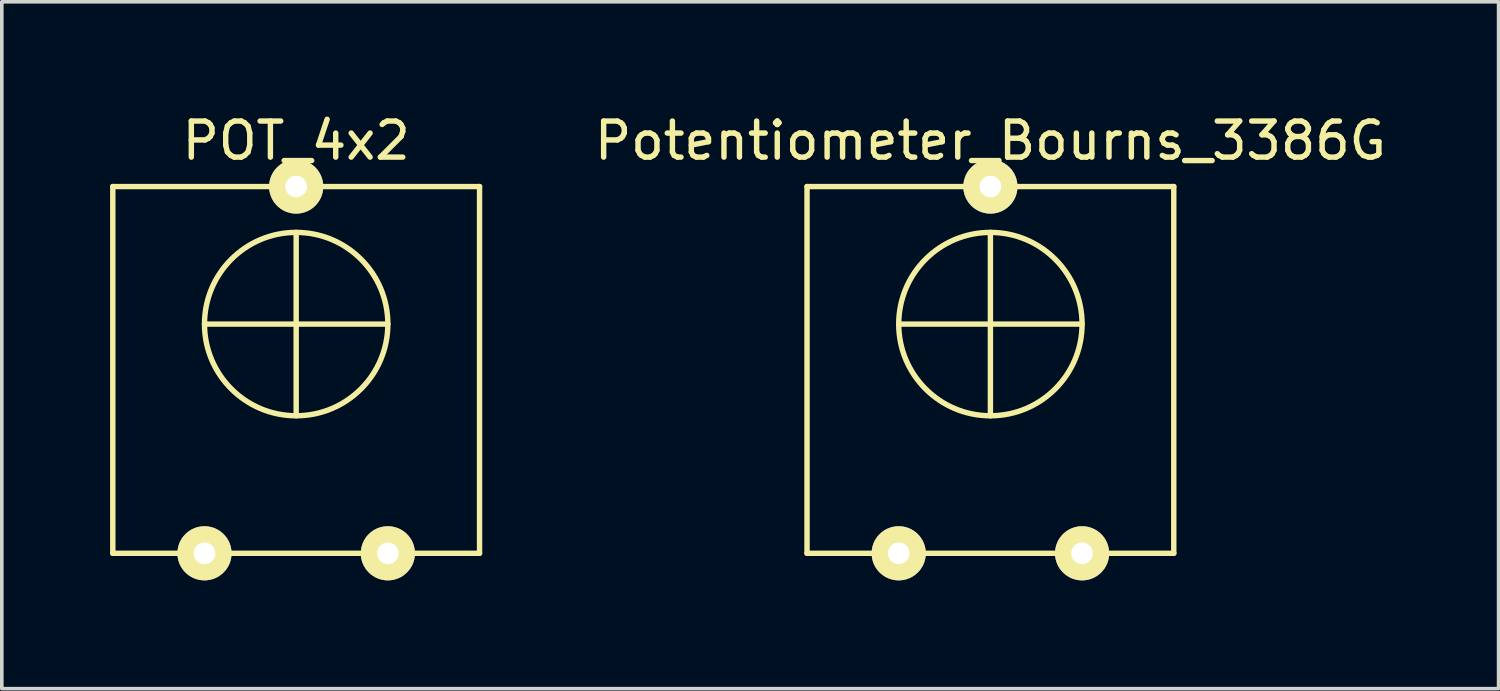
<source format=kicad_pcb>
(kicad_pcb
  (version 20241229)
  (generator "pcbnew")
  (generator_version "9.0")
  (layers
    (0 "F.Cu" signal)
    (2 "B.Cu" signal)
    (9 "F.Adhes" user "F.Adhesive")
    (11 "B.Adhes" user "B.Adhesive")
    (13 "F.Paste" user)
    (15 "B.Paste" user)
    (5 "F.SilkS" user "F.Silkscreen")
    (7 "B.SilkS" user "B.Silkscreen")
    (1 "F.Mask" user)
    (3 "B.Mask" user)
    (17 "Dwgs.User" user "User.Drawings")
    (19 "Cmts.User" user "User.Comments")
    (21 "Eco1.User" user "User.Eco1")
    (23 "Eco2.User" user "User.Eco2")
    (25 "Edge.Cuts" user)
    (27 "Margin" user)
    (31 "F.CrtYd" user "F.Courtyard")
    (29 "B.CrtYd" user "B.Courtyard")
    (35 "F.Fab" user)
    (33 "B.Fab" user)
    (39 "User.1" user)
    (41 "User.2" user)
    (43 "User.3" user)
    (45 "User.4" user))
  (footprint "POT_4x2"
    (layer "F.Cu")
    (at 5.155 7.198)
    (property "Reference" "POT_4x2" (at 0 -6.35 0) (layer "F.SilkS") (effects (font (size 1 1) (thickness 0.15))))
    (attr through_hole)
    (fp_line (start -5.08 -5.08) (end 5.08 -5.08) (stroke (width 0.15) (type solid)) (layer "F.SilkS"))
    (fp_line (start -5.08 5.08) (end -5.08 -5.08) (stroke (width 0.15) (type solid)) (layer "F.SilkS"))
    (fp_line (start -2.54 -1.27) (end 2.54 -1.27) (stroke (width 0.15) (type solid)) (layer "F.SilkS"))
    (fp_line (start 0 -3.81) (end 0 1.27) (stroke (width 0.15) (type solid)) (layer "F.SilkS"))
    (fp_line (start 5.08 -5.08) (end 5.08 5.08) (stroke (width 0.15) (type solid)) (layer "F.SilkS"))
    (fp_line (start 5.08 5.08) (end -5.08 5.08) (stroke (width 0.15) (type solid)) (layer "F.SilkS"))
    (fp_circle (center 0 -1.27) (end 0 -3.81) (stroke (width 0.15) (type solid)) (fill no) (layer "F.SilkS"))
    (pad "1" thru_hole circle (at -2.54 5.08) (size 1.5 1.5) (drill 0.6) (layers "*.Cu" "*.Mask" "F.SilkS"))
    (pad "2" thru_hole circle (at 0 -5.08) (size 1.5 1.5) (drill 0.6) (layers "*.Cu" "*.Mask" "F.SilkS"))
    (pad "3" thru_hole circle (at 2.54 5.08) (size 1.5 1.5) (drill 0.6) (layers "*.Cu" "*.Mask" "F.SilkS")))
  (footprint "Potentiometer_Bourns_3386G"
    (layer "F.Cu")
    (at 24.387 7.198)
    (property "Reference" "Potentiometer_Bourns_3386G" (at 0 -6.35 0) (layer "F.SilkS") (effects (font (size 1 1) (thickness 0.15))))
    (attr through_hole)
    (fp_line (start -5.08 -5.08) (end 5.08 -5.08) (stroke (width 0.15) (type solid)) (layer "F.SilkS"))
    (fp_line (start -5.08 5.08) (end -5.08 -5.08) (stroke (width 0.15) (type solid)) (layer "F.SilkS"))
    (fp_line (start -2.54 -1.27) (end 2.54 -1.27) (stroke (width 0.15) (type solid)) (layer "F.SilkS"))
    (fp_line (start 0 -3.81) (end 0 1.27) (stroke (width 0.15) (type solid)) (layer "F.SilkS"))
    (fp_line (start 5.08 -5.08) (end 5.08 5.08) (stroke (width 0.15) (type solid)) (layer "F.SilkS"))
    (fp_line (start 5.08 5.08) (end -5.08 5.08) (stroke (width 0.15) (type solid)) (layer "F.SilkS"))
    (fp_circle (center 0 -1.27) (end 0 -3.81) (stroke (width 0.15) (type solid)) (fill no) (layer "F.SilkS"))
    (pad "1" thru_hole circle (at -2.54 5.08) (size 1.5 1.5) (drill 0.6) (layers "*.Cu" "*.Mask" "F.SilkS"))
    (pad "2" thru_hole circle (at 0 -5.08) (size 1.5 1.5) (drill 0.6) (layers "*.Cu" "*.Mask" "F.SilkS"))
    (pad "3" thru_hole circle (at 2.54 5.08) (size 1.5 1.5) (drill 0.6) (layers "*.Cu" "*.Mask" "F.SilkS")))
  (gr_rect
    (start -3 -3)
    (end 38.465 16.028)
    (stroke (width 0.1) (type default))
    (fill no)
    (layer "Edge.Cuts")))
</source>
